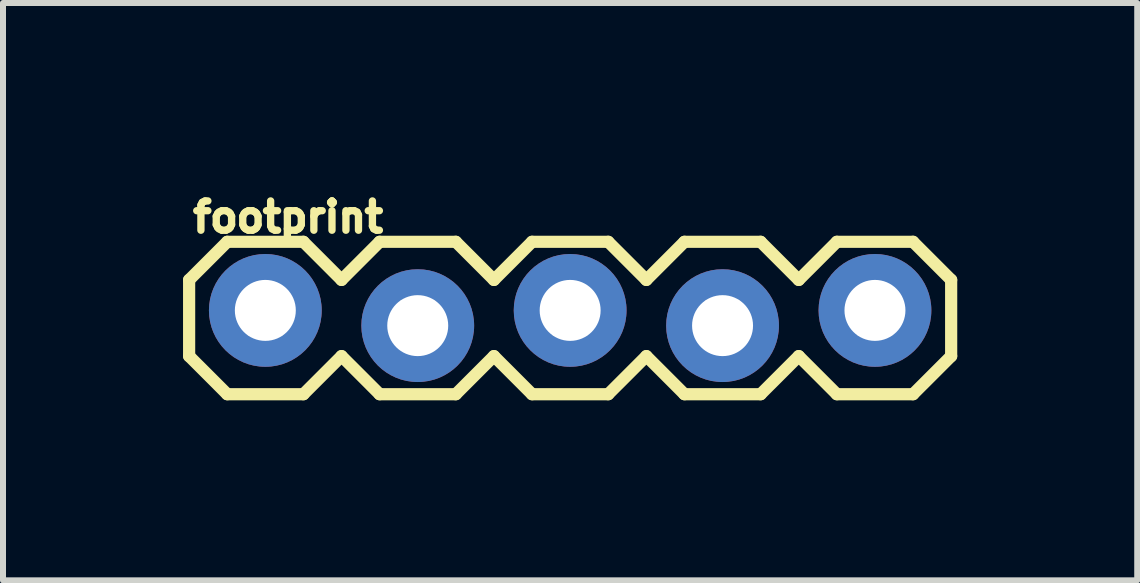
<source format=kicad_pcb>
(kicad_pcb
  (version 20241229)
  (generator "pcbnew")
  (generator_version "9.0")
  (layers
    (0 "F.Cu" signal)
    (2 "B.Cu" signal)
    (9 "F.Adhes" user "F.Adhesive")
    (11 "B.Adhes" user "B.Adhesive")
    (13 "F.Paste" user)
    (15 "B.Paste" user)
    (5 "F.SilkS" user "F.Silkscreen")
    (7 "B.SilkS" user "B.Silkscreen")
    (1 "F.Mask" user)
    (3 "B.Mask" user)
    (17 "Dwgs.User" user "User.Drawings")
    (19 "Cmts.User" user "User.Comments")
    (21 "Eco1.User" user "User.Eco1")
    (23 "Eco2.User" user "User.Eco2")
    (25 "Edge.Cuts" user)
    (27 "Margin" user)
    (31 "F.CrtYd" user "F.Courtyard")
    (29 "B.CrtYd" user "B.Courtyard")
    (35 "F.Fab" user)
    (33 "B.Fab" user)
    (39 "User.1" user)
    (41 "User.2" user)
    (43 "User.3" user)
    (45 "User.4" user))
  (footprint "footprint"
    (layer "F.Cu")
    (at 1.372 2.25)
    (property "Reference" "footprint" (at -1.27 -1.397 0) (layer "F.SilkS") (effects (font (size 0.488 0.488) (thickness 0.122)) (justify left bottom)))
    (fp_line (start -1.27 -0.635) (end -1.27 0.635) (stroke (width 0.203) (type solid)) (layer "F.SilkS"))
    (fp_line (start -1.27 0.635) (end -0.635 1.27) (stroke (width 0.203) (type solid)) (layer "F.SilkS"))
    (fp_line (start -0.635 -1.27) (end -1.27 -0.635) (stroke (width 0.203) (type solid)) (layer "F.SilkS"))
    (fp_line (start -0.635 -1.27) (end 0.635 -1.27) (stroke (width 0.203) (type solid)) (layer "F.SilkS"))
    (fp_line (start 0.635 -1.27) (end 1.27 -0.635) (stroke (width 0.203) (type solid)) (layer "F.SilkS"))
    (fp_line (start 0.635 1.27) (end -0.635 1.27) (stroke (width 0.203) (type solid)) (layer "F.SilkS"))
    (fp_line (start 1.27 -0.635) (end 1.905 -1.27) (stroke (width 0.203) (type solid)) (layer "F.SilkS"))
    (fp_line (start 1.27 0.635) (end 0.635 1.27) (stroke (width 0.203) (type solid)) (layer "F.SilkS"))
    (fp_line (start 1.905 -1.27) (end 3.175 -1.27) (stroke (width 0.203) (type solid)) (layer "F.SilkS"))
    (fp_line (start 1.905 1.27) (end 1.27 0.635) (stroke (width 0.203) (type solid)) (layer "F.SilkS"))
    (fp_line (start 3.175 -1.27) (end 3.81 -0.635) (stroke (width 0.203) (type solid)) (layer "F.SilkS"))
    (fp_line (start 3.175 1.27) (end 1.905 1.27) (stroke (width 0.203) (type solid)) (layer "F.SilkS"))
    (fp_line (start 3.81 -0.635) (end 4.445 -1.27) (stroke (width 0.203) (type solid)) (layer "F.SilkS"))
    (fp_line (start 3.81 0.635) (end 3.175 1.27) (stroke (width 0.203) (type solid)) (layer "F.SilkS"))
    (fp_line (start 4.445 -1.27) (end 5.715 -1.27) (stroke (width 0.203) (type solid)) (layer "F.SilkS"))
    (fp_line (start 4.445 1.27) (end 3.81 0.635) (stroke (width 0.203) (type solid)) (layer "F.SilkS"))
    (fp_line (start 5.715 -1.27) (end 6.35 -0.635) (stroke (width 0.203) (type solid)) (layer "F.SilkS"))
    (fp_line (start 5.715 1.27) (end 4.445 1.27) (stroke (width 0.203) (type solid)) (layer "F.SilkS"))
    (fp_line (start 6.35 0.635) (end 5.715 1.27) (stroke (width 0.203) (type solid)) (layer "F.SilkS"))
    (fp_line (start 6.35 0.635) (end 6.985 1.27) (stroke (width 0.203) (type solid)) (layer "F.SilkS"))
    (fp_line (start 6.985 -1.27) (end 6.35 -0.635) (stroke (width 0.203) (type solid)) (layer "F.SilkS"))
    (fp_line (start 6.985 -1.27) (end 8.255 -1.27) (stroke (width 0.203) (type solid)) (layer "F.SilkS"))
    (fp_line (start 8.255 -1.27) (end 8.89 -0.635) (stroke (width 0.203) (type solid)) (layer "F.SilkS"))
    (fp_line (start 8.255 1.27) (end 6.985 1.27) (stroke (width 0.203) (type solid)) (layer "F.SilkS"))
    (fp_line (start 8.89 -0.635) (end 9.525 -1.27) (stroke (width 0.203) (type solid)) (layer "F.SilkS"))
    (fp_line (start 8.89 0.635) (end 8.255 1.27) (stroke (width 0.203) (type solid)) (layer "F.SilkS"))
    (fp_line (start 9.525 -1.27) (end 10.795 -1.27) (stroke (width 0.203) (type solid)) (layer "F.SilkS"))
    (fp_line (start 9.525 1.27) (end 8.89 0.635) (stroke (width 0.203) (type solid)) (layer "F.SilkS"))
    (fp_line (start 10.795 -1.27) (end 11.43 -0.635) (stroke (width 0.203) (type solid)) (layer "F.SilkS"))
    (fp_line (start 10.795 1.27) (end 9.525 1.27) (stroke (width 0.203) (type solid)) (layer "F.SilkS"))
    (fp_line (start 11.43 -0.635) (end 11.43 0.635) (stroke (width 0.203) (type solid)) (layer "F.SilkS"))
    (fp_line (start 11.43 0.635) (end 10.795 1.27) (stroke (width 0.203) (type solid)) (layer "F.SilkS"))
    (fp_poly (pts (xy -0.254 0.254) (xy 0.254 0.254) (xy 0.254 -0.254) (xy -0.254 -0.254)) (stroke (width 0.1) (type solid)) (fill no) (layer "F.Fab"))
    (fp_poly (pts (xy 2.286 0.254) (xy 2.794 0.254) (xy 2.794 -0.254) (xy 2.286 -0.254)) (stroke (width 0.1) (type solid)) (fill no) (layer "F.Fab"))
    (fp_poly (pts (xy 4.826 0.254) (xy 5.334 0.254) (xy 5.334 -0.254) (xy 4.826 -0.254)) (stroke (width 0.1) (type solid)) (fill no) (layer "F.Fab"))
    (fp_poly (pts (xy 7.366 0.254) (xy 7.874 0.254) (xy 7.874 -0.254) (xy 7.366 -0.254)) (stroke (width 0.1) (type solid)) (fill no) (layer "F.Fab"))
    (fp_poly (pts (xy 9.906 0.254) (xy 10.414 0.254) (xy 10.414 -0.254) (xy 9.906 -0.254)) (stroke (width 0.1) (type solid)) (fill no) (layer "F.Fab"))
    (pad "1" thru_hole circle (at 0 -0.127 90) (size 1.88 1.88) (drill 1.016) (layers "*.Cu" "*.Mask"))
    (pad "2" thru_hole circle (at 2.54 0.127 90) (size 1.88 1.88) (drill 1.016) (layers "*.Cu" "*.Mask"))
    (pad "3" thru_hole circle (at 5.08 -0.127 90) (size 1.88 1.88) (drill 1.016) (layers "*.Cu" "*.Mask"))
    (pad "4" thru_hole circle (at 7.62 0.127 90) (size 1.88 1.88) (drill 1.016) (layers "*.Cu" "*.Mask"))
    (pad "5" thru_hole circle (at 10.16 -0.127 90) (size 1.88 1.88) (drill 1.016) (layers "*.Cu" "*.Mask")))
  (gr_rect
    (start -3 -3)
    (end 15.903 6.622)
    (stroke (width 0.1) (type default))
    (fill no)
    (layer "Edge.Cuts")))
</source>
